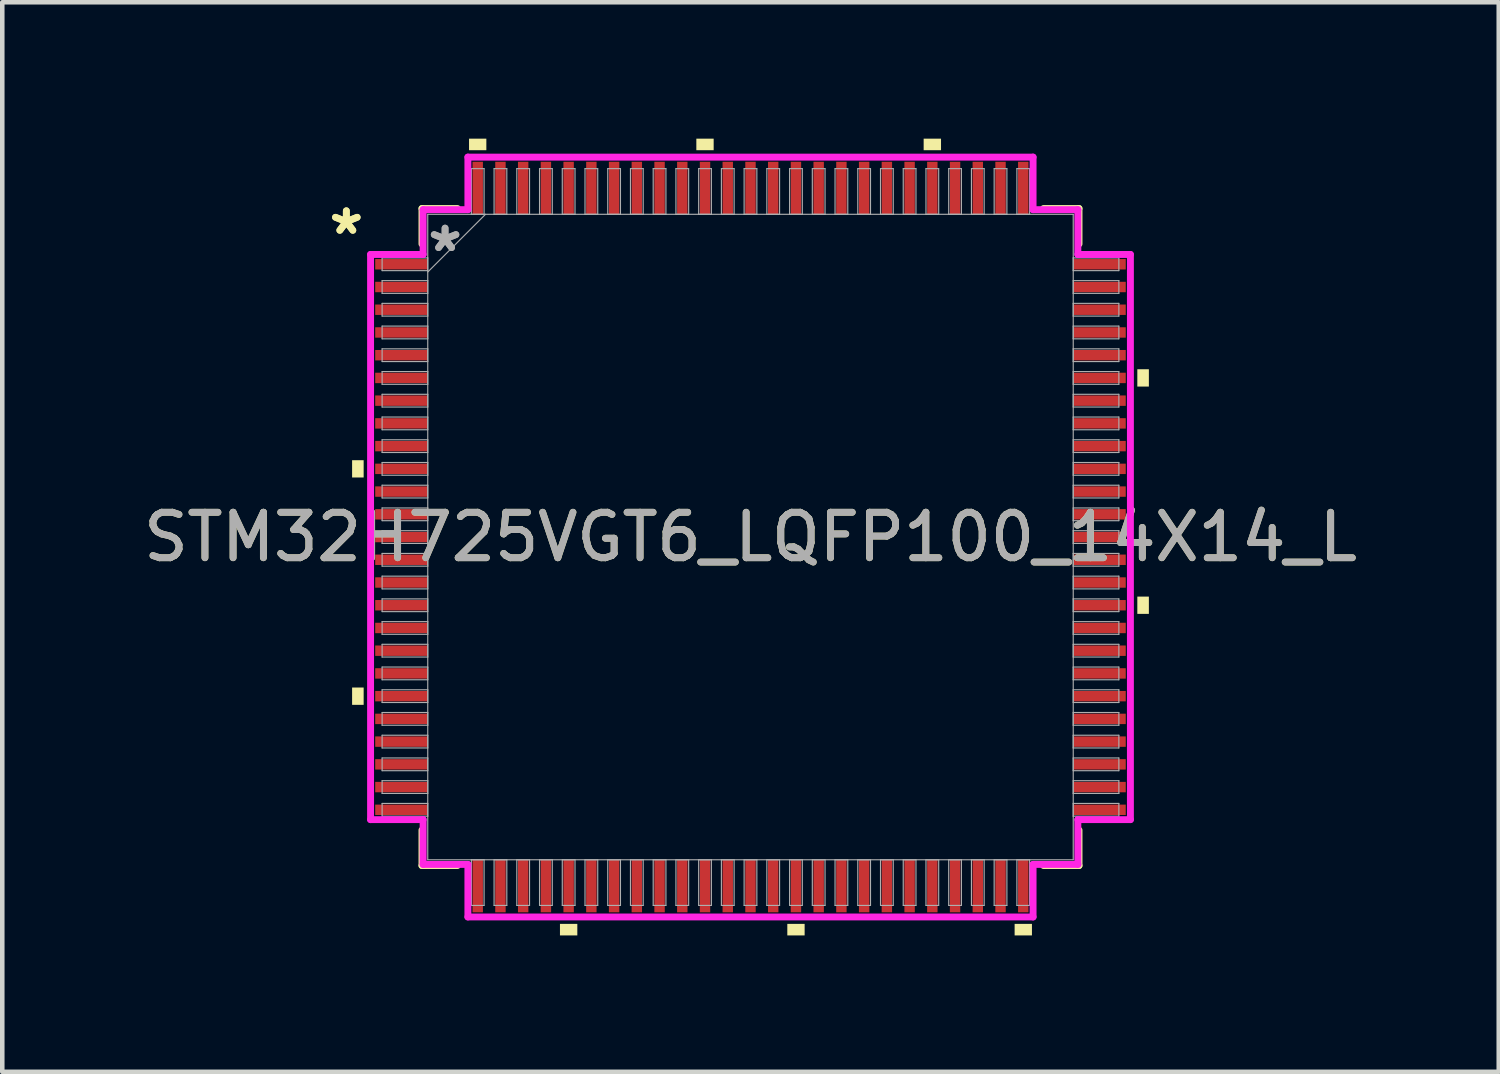
<source format=kicad_pcb>
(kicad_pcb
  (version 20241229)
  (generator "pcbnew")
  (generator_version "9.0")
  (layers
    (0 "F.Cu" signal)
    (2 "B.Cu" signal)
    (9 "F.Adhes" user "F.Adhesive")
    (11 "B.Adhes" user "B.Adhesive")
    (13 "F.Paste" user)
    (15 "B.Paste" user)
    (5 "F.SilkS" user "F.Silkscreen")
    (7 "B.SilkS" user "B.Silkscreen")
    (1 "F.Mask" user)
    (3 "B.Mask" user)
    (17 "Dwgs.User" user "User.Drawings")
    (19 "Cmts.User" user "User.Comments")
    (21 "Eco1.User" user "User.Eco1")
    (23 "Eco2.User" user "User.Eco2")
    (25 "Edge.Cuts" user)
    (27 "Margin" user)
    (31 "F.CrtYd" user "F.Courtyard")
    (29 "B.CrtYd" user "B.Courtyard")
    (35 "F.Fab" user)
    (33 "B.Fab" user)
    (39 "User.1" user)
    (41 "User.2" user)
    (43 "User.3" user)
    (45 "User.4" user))
  (footprint "STM32H725VGT6_LQFP100_14X14_L"
    (layer "F.Cu")
    (at 13.458 8.763)
    (property "Reference" "STM32H725VGT6_LQFP100_14X14_L" (at 0 0 0) (unlocked yes) (layer "F.SilkS") (effects (font (size 1 1) (thickness 0.15))))
    (attr smd)
    (fp_line (start -7.226 -7.226) (end -7.226 -6.447) (stroke (width 0.152) (type solid)) (layer "F.SilkS"))
    (fp_line (start -7.226 6.447) (end -7.226 7.226) (stroke (width 0.152) (type solid)) (layer "F.SilkS"))
    (fp_line (start -7.226 7.226) (end -6.447 7.226) (stroke (width 0.152) (type solid)) (layer "F.SilkS"))
    (fp_line (start -6.447 -7.226) (end -7.226 -7.226) (stroke (width 0.152) (type solid)) (layer "F.SilkS"))
    (fp_line (start 6.447 7.226) (end 7.226 7.226) (stroke (width 0.152) (type solid)) (layer "F.SilkS"))
    (fp_line (start 7.226 -7.226) (end 6.447 -7.226) (stroke (width 0.152) (type solid)) (layer "F.SilkS"))
    (fp_line (start 7.226 -6.447) (end 7.226 -7.226) (stroke (width 0.152) (type solid)) (layer "F.SilkS"))
    (fp_line (start 7.226 7.226) (end 7.226 6.447) (stroke (width 0.152) (type solid)) (layer "F.SilkS"))
    (fp_poly (pts (xy -8.763 -1.69) (xy -8.763 -1.31) (xy -8.509 -1.31) (xy -8.509 -1.69)) (stroke (width 0) (type solid)) (fill yes) (layer "F.SilkS"))
    (fp_poly (pts (xy -8.763 3.31) (xy -8.763 3.691) (xy -8.509 3.691) (xy -8.509 3.31)) (stroke (width 0) (type solid)) (fill yes) (layer "F.SilkS"))
    (fp_poly (pts (xy -6.191 -8.509) (xy -6.191 -8.763) (xy -5.81 -8.763) (xy -5.81 -8.509)) (stroke (width 0) (type solid)) (fill yes) (layer "F.SilkS"))
    (fp_poly (pts (xy -4.191 8.509) (xy -4.191 8.763) (xy -3.809 8.763) (xy -3.809 8.509)) (stroke (width 0) (type solid)) (fill yes) (layer "F.SilkS"))
    (fp_poly (pts (xy -1.191 -8.509) (xy -1.191 -8.763) (xy -0.81 -8.763) (xy -0.81 -8.509)) (stroke (width 0) (type solid)) (fill yes) (layer "F.SilkS"))
    (fp_poly (pts (xy 0.81 8.509) (xy 0.81 8.763) (xy 1.191 8.763) (xy 1.191 8.509)) (stroke (width 0) (type solid)) (fill yes) (layer "F.SilkS"))
    (fp_poly (pts (xy 3.809 -8.509) (xy 3.809 -8.763) (xy 4.191 -8.763) (xy 4.191 -8.509)) (stroke (width 0) (type solid)) (fill yes) (layer "F.SilkS"))
    (fp_poly (pts (xy 5.81 8.509) (xy 5.81 8.763) (xy 6.191 8.763) (xy 6.191 8.509)) (stroke (width 0) (type solid)) (fill yes) (layer "F.SilkS"))
    (fp_poly (pts (xy 8.763 -3.691) (xy 8.763 -3.31) (xy 8.509 -3.31) (xy 8.509 -3.691)) (stroke (width 0) (type solid)) (fill yes) (layer "F.SilkS"))
    (fp_poly (pts (xy 8.763 1.31) (xy 8.763 1.69) (xy 8.509 1.69) (xy 8.509 1.31)) (stroke (width 0) (type solid)) (fill yes) (layer "F.SilkS"))
    (fp_line (start -8.357 -6.216) (end -7.201 -6.216) (stroke (width 0.152) (type solid)) (layer "F.CrtYd"))
    (fp_line (start -8.357 6.216) (end -8.357 -6.216) (stroke (width 0.152) (type solid)) (layer "F.CrtYd"))
    (fp_line (start -7.201 -7.201) (end -6.216 -7.201) (stroke (width 0.152) (type solid)) (layer "F.CrtYd"))
    (fp_line (start -7.201 -6.216) (end -7.201 -7.201) (stroke (width 0.152) (type solid)) (layer "F.CrtYd"))
    (fp_line (start -7.201 6.216) (end -8.357 6.216) (stroke (width 0.152) (type solid)) (layer "F.CrtYd"))
    (fp_line (start -7.201 7.201) (end -7.201 6.216) (stroke (width 0.152) (type solid)) (layer "F.CrtYd"))
    (fp_line (start -7.201 7.201) (end -6.216 7.201) (stroke (width 0.152) (type solid)) (layer "F.CrtYd"))
    (fp_line (start -6.216 -8.357) (end 6.216 -8.357) (stroke (width 0.152) (type solid)) (layer "F.CrtYd"))
    (fp_line (start -6.216 -7.201) (end -6.216 -8.357) (stroke (width 0.152) (type solid)) (layer "F.CrtYd"))
    (fp_line (start -6.216 7.201) (end -6.216 8.357) (stroke (width 0.152) (type solid)) (layer "F.CrtYd"))
    (fp_line (start -6.216 8.357) (end 6.216 8.357) (stroke (width 0.152) (type solid)) (layer "F.CrtYd"))
    (fp_line (start 6.216 -8.357) (end 6.216 -7.201) (stroke (width 0.152) (type solid)) (layer "F.CrtYd"))
    (fp_line (start 6.216 -7.201) (end 7.201 -7.201) (stroke (width 0.152) (type solid)) (layer "F.CrtYd"))
    (fp_line (start 6.216 7.201) (end 7.201 7.201) (stroke (width 0.152) (type solid)) (layer "F.CrtYd"))
    (fp_line (start 6.216 8.357) (end 6.216 7.201) (stroke (width 0.152) (type solid)) (layer "F.CrtYd"))
    (fp_line (start 7.201 -6.216) (end 7.201 -7.201) (stroke (width 0.152) (type solid)) (layer "F.CrtYd"))
    (fp_line (start 7.201 6.216) (end 8.357 6.216) (stroke (width 0.152) (type solid)) (layer "F.CrtYd"))
    (fp_line (start 7.201 7.201) (end 7.201 6.216) (stroke (width 0.152) (type solid)) (layer "F.CrtYd"))
    (fp_line (start 8.357 -6.216) (end 7.201 -6.216) (stroke (width 0.152) (type solid)) (layer "F.CrtYd"))
    (fp_line (start 8.357 6.216) (end 8.357 -6.216) (stroke (width 0.152) (type solid)) (layer "F.CrtYd"))
    (fp_line (start -8.103 -6.14) (end -8.103 -5.86) (stroke (width 0.025) (type solid)) (layer "F.Fab"))
    (fp_line (start -8.103 -5.86) (end -7.099 -5.86) (stroke (width 0.025) (type solid)) (layer "F.Fab"))
    (fp_line (start -8.103 -5.64) (end -8.103 -5.36) (stroke (width 0.025) (type solid)) (layer "F.Fab"))
    (fp_line (start -8.103 -5.36) (end -7.099 -5.36) (stroke (width 0.025) (type solid)) (layer "F.Fab"))
    (fp_line (start -8.103 -5.14) (end -8.103 -4.86) (stroke (width 0.025) (type solid)) (layer "F.Fab"))
    (fp_line (start -8.103 -4.86) (end -7.099 -4.86) (stroke (width 0.025) (type solid)) (layer "F.Fab"))
    (fp_line (start -8.103 -4.64) (end -8.103 -4.36) (stroke (width 0.025) (type solid)) (layer "F.Fab"))
    (fp_line (start -8.103 -4.36) (end -7.099 -4.36) (stroke (width 0.025) (type solid)) (layer "F.Fab"))
    (fp_line (start -8.103 -4.14) (end -8.103 -3.86) (stroke (width 0.025) (type solid)) (layer "F.Fab"))
    (fp_line (start -8.103 -3.86) (end -7.099 -3.86) (stroke (width 0.025) (type solid)) (layer "F.Fab"))
    (fp_line (start -8.103 -3.64) (end -8.103 -3.36) (stroke (width 0.025) (type solid)) (layer "F.Fab"))
    (fp_line (start -8.103 -3.36) (end -7.099 -3.36) (stroke (width 0.025) (type solid)) (layer "F.Fab"))
    (fp_line (start -8.103 -3.14) (end -8.103 -2.86) (stroke (width 0.025) (type solid)) (layer "F.Fab"))
    (fp_line (start -8.103 -2.86) (end -7.099 -2.86) (stroke (width 0.025) (type solid)) (layer "F.Fab"))
    (fp_line (start -8.103 -2.64) (end -8.103 -2.36) (stroke (width 0.025) (type solid)) (layer "F.Fab"))
    (fp_line (start -8.103 -2.36) (end -7.099 -2.36) (stroke (width 0.025) (type solid)) (layer "F.Fab"))
    (fp_line (start -8.103 -2.14) (end -8.103 -1.86) (stroke (width 0.025) (type solid)) (layer "F.Fab"))
    (fp_line (start -8.103 -1.86) (end -7.099 -1.86) (stroke (width 0.025) (type solid)) (layer "F.Fab"))
    (fp_line (start -8.103 -1.64) (end -8.103 -1.36) (stroke (width 0.025) (type solid)) (layer "F.Fab"))
    (fp_line (start -8.103 -1.36) (end -7.099 -1.36) (stroke (width 0.025) (type solid)) (layer "F.Fab"))
    (fp_line (start -8.103 -1.14) (end -8.103 -0.86) (stroke (width 0.025) (type solid)) (layer "F.Fab"))
    (fp_line (start -8.103 -0.86) (end -7.099 -0.86) (stroke (width 0.025) (type solid)) (layer "F.Fab"))
    (fp_line (start -8.103 -0.64) (end -8.103 -0.36) (stroke (width 0.025) (type solid)) (layer "F.Fab"))
    (fp_line (start -8.103 -0.36) (end -7.099 -0.36) (stroke (width 0.025) (type solid)) (layer "F.Fab"))
    (fp_line (start -8.103 -0.14) (end -8.103 0.14) (stroke (width 0.025) (type solid)) (layer "F.Fab"))
    (fp_line (start -8.103 0.14) (end -7.099 0.14) (stroke (width 0.025) (type solid)) (layer "F.Fab"))
    (fp_line (start -8.103 0.36) (end -8.103 0.64) (stroke (width 0.025) (type solid)) (layer "F.Fab"))
    (fp_line (start -8.103 0.64) (end -7.099 0.64) (stroke (width 0.025) (type solid)) (layer "F.Fab"))
    (fp_line (start -8.103 0.86) (end -8.103 1.14) (stroke (width 0.025) (type solid)) (layer "F.Fab"))
    (fp_line (start -8.103 1.14) (end -7.099 1.14) (stroke (width 0.025) (type solid)) (layer "F.Fab"))
    (fp_line (start -8.103 1.36) (end -8.103 1.64) (stroke (width 0.025) (type solid)) (layer "F.Fab"))
    (fp_line (start -8.103 1.64) (end -7.099 1.64) (stroke (width 0.025) (type solid)) (layer "F.Fab"))
    (fp_line (start -8.103 1.86) (end -8.103 2.14) (stroke (width 0.025) (type solid)) (layer "F.Fab"))
    (fp_line (start -8.103 2.14) (end -7.099 2.14) (stroke (width 0.025) (type solid)) (layer "F.Fab"))
    (fp_line (start -8.103 2.36) (end -8.103 2.64) (stroke (width 0.025) (type solid)) (layer "F.Fab"))
    (fp_line (start -8.103 2.64) (end -7.099 2.64) (stroke (width 0.025) (type solid)) (layer "F.Fab"))
    (fp_line (start -8.103 2.86) (end -8.103 3.14) (stroke (width 0.025) (type solid)) (layer "F.Fab"))
    (fp_line (start -8.103 3.14) (end -7.099 3.14) (stroke (width 0.025) (type solid)) (layer "F.Fab"))
    (fp_line (start -8.103 3.36) (end -8.103 3.64) (stroke (width 0.025) (type solid)) (layer "F.Fab"))
    (fp_line (start -8.103 3.64) (end -7.099 3.64) (stroke (width 0.025) (type solid)) (layer "F.Fab"))
    (fp_line (start -8.103 3.86) (end -8.103 4.14) (stroke (width 0.025) (type solid)) (layer "F.Fab"))
    (fp_line (start -8.103 4.14) (end -7.099 4.14) (stroke (width 0.025) (type solid)) (layer "F.Fab"))
    (fp_line (start -8.103 4.36) (end -8.103 4.64) (stroke (width 0.025) (type solid)) (layer "F.Fab"))
    (fp_line (start -8.103 4.64) (end -7.099 4.64) (stroke (width 0.025) (type solid)) (layer "F.Fab"))
    (fp_line (start -8.103 4.86) (end -8.103 5.14) (stroke (width 0.025) (type solid)) (layer "F.Fab"))
    (fp_line (start -8.103 5.14) (end -7.099 5.14) (stroke (width 0.025) (type solid)) (layer "F.Fab"))
    (fp_line (start -8.103 5.36) (end -8.103 5.64) (stroke (width 0.025) (type solid)) (layer "F.Fab"))
    (fp_line (start -8.103 5.64) (end -7.099 5.64) (stroke (width 0.025) (type solid)) (layer "F.Fab"))
    (fp_line (start -8.103 5.86) (end -8.103 6.14) (stroke (width 0.025) (type solid)) (layer "F.Fab"))
    (fp_line (start -8.103 6.14) (end -7.099 6.14) (stroke (width 0.025) (type solid)) (layer "F.Fab"))
    (fp_line (start -7.099 -7.099) (end -7.099 7.099) (stroke (width 0.025) (type solid)) (layer "F.Fab"))
    (fp_line (start -7.099 -6.14) (end -8.103 -6.14) (stroke (width 0.025) (type solid)) (layer "F.Fab"))
    (fp_line (start -7.099 -5.86) (end -7.099 -6.14) (stroke (width 0.025) (type solid)) (layer "F.Fab"))
    (fp_line (start -7.099 -5.829) (end -5.829 -7.099) (stroke (width 0.025) (type solid)) (layer "F.Fab"))
    (fp_line (start -7.099 -5.64) (end -8.103 -5.64) (stroke (width 0.025) (type solid)) (layer "F.Fab"))
    (fp_line (start -7.099 -5.36) (end -7.099 -5.64) (stroke (width 0.025) (type solid)) (layer "F.Fab"))
    (fp_line (start -7.099 -5.14) (end -8.103 -5.14) (stroke (width 0.025) (type solid)) (layer "F.Fab"))
    (fp_line (start -7.099 -4.86) (end -7.099 -5.14) (stroke (width 0.025) (type solid)) (layer "F.Fab"))
    (fp_line (start -7.099 -4.64) (end -8.103 -4.64) (stroke (width 0.025) (type solid)) (layer "F.Fab"))
    (fp_line (start -7.099 -4.36) (end -7.099 -4.64) (stroke (width 0.025) (type solid)) (layer "F.Fab"))
    (fp_line (start -7.099 -4.14) (end -8.103 -4.14) (stroke (width 0.025) (type solid)) (layer "F.Fab"))
    (fp_line (start -7.099 -3.86) (end -7.099 -4.14) (stroke (width 0.025) (type solid)) (layer "F.Fab"))
    (fp_line (start -7.099 -3.64) (end -8.103 -3.64) (stroke (width 0.025) (type solid)) (layer "F.Fab"))
    (fp_line (start -7.099 -3.36) (end -7.099 -3.64) (stroke (width 0.025) (type solid)) (layer "F.Fab"))
    (fp_line (start -7.099 -3.14) (end -8.103 -3.14) (stroke (width 0.025) (type solid)) (layer "F.Fab"))
    (fp_line (start -7.099 -2.86) (end -7.099 -3.14) (stroke (width 0.025) (type solid)) (layer "F.Fab"))
    (fp_line (start -7.099 -2.64) (end -8.103 -2.64) (stroke (width 0.025) (type solid)) (layer "F.Fab"))
    (fp_line (start -7.099 -2.36) (end -7.099 -2.64) (stroke (width 0.025) (type solid)) (layer "F.Fab"))
    (fp_line (start -7.099 -2.14) (end -8.103 -2.14) (stroke (width 0.025) (type solid)) (layer "F.Fab"))
    (fp_line (start -7.099 -1.86) (end -7.099 -2.14) (stroke (width 0.025) (type solid)) (layer "F.Fab"))
    (fp_line (start -7.099 -1.64) (end -8.103 -1.64) (stroke (width 0.025) (type solid)) (layer "F.Fab"))
    (fp_line (start -7.099 -1.36) (end -7.099 -1.64) (stroke (width 0.025) (type solid)) (layer "F.Fab"))
    (fp_line (start -7.099 -1.14) (end -8.103 -1.14) (stroke (width 0.025) (type solid)) (layer "F.Fab"))
    (fp_line (start -7.099 -0.86) (end -7.099 -1.14) (stroke (width 0.025) (type solid)) (layer "F.Fab"))
    (fp_line (start -7.099 -0.64) (end -8.103 -0.64) (stroke (width 0.025) (type solid)) (layer "F.Fab"))
    (fp_line (start -7.099 -0.36) (end -7.099 -0.64) (stroke (width 0.025) (type solid)) (layer "F.Fab"))
    (fp_line (start -7.099 -0.14) (end -8.103 -0.14) (stroke (width 0.025) (type solid)) (layer "F.Fab"))
    (fp_line (start -7.099 0.14) (end -7.099 -0.14) (stroke (width 0.025) (type solid)) (layer "F.Fab"))
    (fp_line (start -7.099 0.36) (end -8.103 0.36) (stroke (width 0.025) (type solid)) (layer "F.Fab"))
    (fp_line (start -7.099 0.64) (end -7.099 0.36) (stroke (width 0.025) (type solid)) (layer "F.Fab"))
    (fp_line (start -7.099 0.86) (end -8.103 0.86) (stroke (width 0.025) (type solid)) (layer "F.Fab"))
    (fp_line (start -7.099 1.14) (end -7.099 0.86) (stroke (width 0.025) (type solid)) (layer "F.Fab"))
    (fp_line (start -7.099 1.36) (end -8.103 1.36) (stroke (width 0.025) (type solid)) (layer "F.Fab"))
    (fp_line (start -7.099 1.64) (end -7.099 1.36) (stroke (width 0.025) (type solid)) (layer "F.Fab"))
    (fp_line (start -7.099 1.86) (end -8.103 1.86) (stroke (width 0.025) (type solid)) (layer "F.Fab"))
    (fp_line (start -7.099 2.14) (end -7.099 1.86) (stroke (width 0.025) (type solid)) (layer "F.Fab"))
    (fp_line (start -7.099 2.36) (end -8.103 2.36) (stroke (width 0.025) (type solid)) (layer "F.Fab"))
    (fp_line (start -7.099 2.64) (end -7.099 2.36) (stroke (width 0.025) (type solid)) (layer "F.Fab"))
    (fp_line (start -7.099 2.86) (end -8.103 2.86) (stroke (width 0.025) (type solid)) (layer "F.Fab"))
    (fp_line (start -7.099 3.14) (end -7.099 2.86) (stroke (width 0.025) (type solid)) (layer "F.Fab"))
    (fp_line (start -7.099 3.36) (end -8.103 3.36) (stroke (width 0.025) (type solid)) (layer "F.Fab"))
    (fp_line (start -7.099 3.64) (end -7.099 3.36) (stroke (width 0.025) (type solid)) (layer "F.Fab"))
    (fp_line (start -7.099 3.86) (end -8.103 3.86) (stroke (width 0.025) (type solid)) (layer "F.Fab"))
    (fp_line (start -7.099 4.14) (end -7.099 3.86) (stroke (width 0.025) (type solid)) (layer "F.Fab"))
    (fp_line (start -7.099 4.36) (end -8.103 4.36) (stroke (width 0.025) (type solid)) (layer "F.Fab"))
    (fp_line (start -7.099 4.64) (end -7.099 4.36) (stroke (width 0.025) (type solid)) (layer "F.Fab"))
    (fp_line (start -7.099 4.86) (end -8.103 4.86) (stroke (width 0.025) (type solid)) (layer "F.Fab"))
    (fp_line (start -7.099 5.14) (end -7.099 4.86) (stroke (width 0.025) (type solid)) (layer "F.Fab"))
    (fp_line (start -7.099 5.36) (end -8.103 5.36) (stroke (width 0.025) (type solid)) (layer "F.Fab"))
    (fp_line (start -7.099 5.64) (end -7.099 5.36) (stroke (width 0.025) (type solid)) (layer "F.Fab"))
    (fp_line (start -7.099 5.86) (end -8.103 5.86) (stroke (width 0.025) (type solid)) (layer "F.Fab"))
    (fp_line (start -7.099 6.14) (end -7.099 5.86) (stroke (width 0.025) (type solid)) (layer "F.Fab"))
    (fp_line (start -7.099 7.099) (end 7.099 7.099) (stroke (width 0.025) (type solid)) (layer "F.Fab"))
    (fp_line (start -6.14 -8.103) (end -6.14 -7.099) (stroke (width 0.025) (type solid)) (layer "F.Fab"))
    (fp_line (start -6.14 -7.099) (end -5.86 -7.099) (stroke (width 0.025) (type solid)) (layer "F.Fab"))
    (fp_line (start -6.14 7.099) (end -6.14 8.103) (stroke (width 0.025) (type solid)) (layer "F.Fab"))
    (fp_line (start -6.14 8.103) (end -5.86 8.103) (stroke (width 0.025) (type solid)) (layer "F.Fab"))
    (fp_line (start -5.86 -8.103) (end -6.14 -8.103) (stroke (width 0.025) (type solid)) (layer "F.Fab"))
    (fp_line (start -5.86 -7.099) (end -5.86 -8.103) (stroke (width 0.025) (type solid)) (layer "F.Fab"))
    (fp_line (start -5.86 7.099) (end -6.14 7.099) (stroke (width 0.025) (type solid)) (layer "F.Fab"))
    (fp_line (start -5.86 8.103) (end -5.86 7.099) (stroke (width 0.025) (type solid)) (layer "F.Fab"))
    (fp_line (start -5.64 -8.103) (end -5.64 -7.099) (stroke (width 0.025) (type solid)) (layer "F.Fab"))
    (fp_line (start -5.64 -7.099) (end -5.36 -7.099) (stroke (width 0.025) (type solid)) (layer "F.Fab"))
    (fp_line (start -5.64 7.099) (end -5.64 8.103) (stroke (width 0.025) (type solid)) (layer "F.Fab"))
    (fp_line (start -5.64 8.103) (end -5.36 8.103) (stroke (width 0.025) (type solid)) (layer "F.Fab"))
    (fp_line (start -5.36 -8.103) (end -5.64 -8.103) (stroke (width 0.025) (type solid)) (layer "F.Fab"))
    (fp_line (start -5.36 -7.099) (end -5.36 -8.103) (stroke (width 0.025) (type solid)) (layer "F.Fab"))
    (fp_line (start -5.36 7.099) (end -5.64 7.099) (stroke (width 0.025) (type solid)) (layer "F.Fab"))
    (fp_line (start -5.36 8.103) (end -5.36 7.099) (stroke (width 0.025) (type solid)) (layer "F.Fab"))
    (fp_line (start -5.14 -8.103) (end -5.14 -7.099) (stroke (width 0.025) (type solid)) (layer "F.Fab"))
    (fp_line (start -5.14 -7.099) (end -4.86 -7.099) (stroke (width 0.025) (type solid)) (layer "F.Fab"))
    (fp_line (start -5.14 7.099) (end -5.14 8.103) (stroke (width 0.025) (type solid)) (layer "F.Fab"))
    (fp_line (start -5.14 8.103) (end -4.86 8.103) (stroke (width 0.025) (type solid)) (layer "F.Fab"))
    (fp_line (start -4.86 -8.103) (end -5.14 -8.103) (stroke (width 0.025) (type solid)) (layer "F.Fab"))
    (fp_line (start -4.86 -7.099) (end -4.86 -8.103) (stroke (width 0.025) (type solid)) (layer "F.Fab"))
    (fp_line (start -4.86 7.099) (end -5.14 7.099) (stroke (width 0.025) (type solid)) (layer "F.Fab"))
    (fp_line (start -4.86 8.103) (end -4.86 7.099) (stroke (width 0.025) (type solid)) (layer "F.Fab"))
    (fp_line (start -4.64 -8.103) (end -4.64 -7.099) (stroke (width 0.025) (type solid)) (layer "F.Fab"))
    (fp_line (start -4.64 -7.099) (end -4.36 -7.099) (stroke (width 0.025) (type solid)) (layer "F.Fab"))
    (fp_line (start -4.64 7.099) (end -4.64 8.103) (stroke (width 0.025) (type solid)) (layer "F.Fab"))
    (fp_line (start -4.64 8.103) (end -4.36 8.103) (stroke (width 0.025) (type solid)) (layer "F.Fab"))
    (fp_line (start -4.36 -8.103) (end -4.64 -8.103) (stroke (width 0.025) (type solid)) (layer "F.Fab"))
    (fp_line (start -4.36 -7.099) (end -4.36 -8.103) (stroke (width 0.025) (type solid)) (layer "F.Fab"))
    (fp_line (start -4.36 7.099) (end -4.64 7.099) (stroke (width 0.025) (type solid)) (layer "F.Fab"))
    (fp_line (start -4.36 8.103) (end -4.36 7.099) (stroke (width 0.025) (type solid)) (layer "F.Fab"))
    (fp_line (start -4.14 -8.103) (end -4.14 -7.099) (stroke (width 0.025) (type solid)) (layer "F.Fab"))
    (fp_line (start -4.14 -7.099) (end -3.86 -7.099) (stroke (width 0.025) (type solid)) (layer "F.Fab"))
    (fp_line (start -4.14 7.099) (end -4.14 8.103) (stroke (width 0.025) (type solid)) (layer "F.Fab"))
    (fp_line (start -4.14 8.103) (end -3.86 8.103) (stroke (width 0.025) (type solid)) (layer "F.Fab"))
    (fp_line (start -3.86 -8.103) (end -4.14 -8.103) (stroke (width 0.025) (type solid)) (layer "F.Fab"))
    (fp_line (start -3.86 -7.099) (end -3.86 -8.103) (stroke (width 0.025) (type solid)) (layer "F.Fab"))
    (fp_line (start -3.86 7.099) (end -4.14 7.099) (stroke (width 0.025) (type solid)) (layer "F.Fab"))
    (fp_line (start -3.86 8.103) (end -3.86 7.099) (stroke (width 0.025) (type solid)) (layer "F.Fab"))
    (fp_line (start -3.64 -8.103) (end -3.64 -7.099) (stroke (width 0.025) (type solid)) (layer "F.Fab"))
    (fp_line (start -3.64 -7.099) (end -3.36 -7.099) (stroke (width 0.025) (type solid)) (layer "F.Fab"))
    (fp_line (start -3.64 7.099) (end -3.64 8.103) (stroke (width 0.025) (type solid)) (layer "F.Fab"))
    (fp_line (start -3.64 8.103) (end -3.36 8.103) (stroke (width 0.025) (type solid)) (layer "F.Fab"))
    (fp_line (start -3.36 -8.103) (end -3.64 -8.103) (stroke (width 0.025) (type solid)) (layer "F.Fab"))
    (fp_line (start -3.36 -7.099) (end -3.36 -8.103) (stroke (width 0.025) (type solid)) (layer "F.Fab"))
    (fp_line (start -3.36 7.099) (end -3.64 7.099) (stroke (width 0.025) (type solid)) (layer "F.Fab"))
    (fp_line (start -3.36 8.103) (end -3.36 7.099) (stroke (width 0.025) (type solid)) (layer "F.Fab"))
    (fp_line (start -3.14 -8.103) (end -3.14 -7.099) (stroke (width 0.025) (type solid)) (layer "F.Fab"))
    (fp_line (start -3.14 -7.099) (end -2.86 -7.099) (stroke (width 0.025) (type solid)) (layer "F.Fab"))
    (fp_line (start -3.14 7.099) (end -3.14 8.103) (stroke (width 0.025) (type solid)) (layer "F.Fab"))
    (fp_line (start -3.14 8.103) (end -2.86 8.103) (stroke (width 0.025) (type solid)) (layer "F.Fab"))
    (fp_line (start -2.86 -8.103) (end -3.14 -8.103) (stroke (width 0.025) (type solid)) (layer "F.Fab"))
    (fp_line (start -2.86 -7.099) (end -2.86 -8.103) (stroke (width 0.025) (type solid)) (layer "F.Fab"))
    (fp_line (start -2.86 7.099) (end -3.14 7.099) (stroke (width 0.025) (type solid)) (layer "F.Fab"))
    (fp_line (start -2.86 8.103) (end -2.86 7.099) (stroke (width 0.025) (type solid)) (layer "F.Fab"))
    (fp_line (start -2.64 -8.103) (end -2.64 -7.099) (stroke (width 0.025) (type solid)) (layer "F.Fab"))
    (fp_line (start -2.64 -7.099) (end -2.36 -7.099) (stroke (width 0.025) (type solid)) (layer "F.Fab"))
    (fp_line (start -2.64 7.099) (end -2.64 8.103) (stroke (width 0.025) (type solid)) (layer "F.Fab"))
    (fp_line (start -2.64 8.103) (end -2.36 8.103) (stroke (width 0.025) (type solid)) (layer "F.Fab"))
    (fp_line (start -2.36 -8.103) (end -2.64 -8.103) (stroke (width 0.025) (type solid)) (layer "F.Fab"))
    (fp_line (start -2.36 -7.099) (end -2.36 -8.103) (stroke (width 0.025) (type solid)) (layer "F.Fab"))
    (fp_line (start -2.36 7.099) (end -2.64 7.099) (stroke (width 0.025) (type solid)) (layer "F.Fab"))
    (fp_line (start -2.36 8.103) (end -2.36 7.099) (stroke (width 0.025) (type solid)) (layer "F.Fab"))
    (fp_line (start -2.14 -8.103) (end -2.14 -7.099) (stroke (width 0.025) (type solid)) (layer "F.Fab"))
    (fp_line (start -2.14 -7.099) (end -1.86 -7.099) (stroke (width 0.025) (type solid)) (layer "F.Fab"))
    (fp_line (start -2.14 7.099) (end -2.14 8.103) (stroke (width 0.025) (type solid)) (layer "F.Fab"))
    (fp_line (start -2.14 8.103) (end -1.86 8.103) (stroke (width 0.025) (type solid)) (layer "F.Fab"))
    (fp_line (start -1.86 -8.103) (end -2.14 -8.103) (stroke (width 0.025) (type solid)) (layer "F.Fab"))
    (fp_line (start -1.86 -7.099) (end -1.86 -8.103) (stroke (width 0.025) (type solid)) (layer "F.Fab"))
    (fp_line (start -1.86 7.099) (end -2.14 7.099) (stroke (width 0.025) (type solid)) (layer "F.Fab"))
    (fp_line (start -1.86 8.103) (end -1.86 7.099) (stroke (width 0.025) (type solid)) (layer "F.Fab"))
    (fp_line (start -1.64 -8.103) (end -1.64 -7.099) (stroke (width 0.025) (type solid)) (layer "F.Fab"))
    (fp_line (start -1.64 -7.099) (end -1.36 -7.099) (stroke (width 0.025) (type solid)) (layer "F.Fab"))
    (fp_line (start -1.64 7.099) (end -1.64 8.103) (stroke (width 0.025) (type solid)) (layer "F.Fab"))
    (fp_line (start -1.64 8.103) (end -1.36 8.103) (stroke (width 0.025) (type solid)) (layer "F.Fab"))
    (fp_line (start -1.36 -8.103) (end -1.64 -8.103) (stroke (width 0.025) (type solid)) (layer "F.Fab"))
    (fp_line (start -1.36 -7.099) (end -1.36 -8.103) (stroke (width 0.025) (type solid)) (layer "F.Fab"))
    (fp_line (start -1.36 7.099) (end -1.64 7.099) (stroke (width 0.025) (type solid)) (layer "F.Fab"))
    (fp_line (start -1.36 8.103) (end -1.36 7.099) (stroke (width 0.025) (type solid)) (layer "F.Fab"))
    (fp_line (start -1.14 -8.103) (end -1.14 -7.099) (stroke (width 0.025) (type solid)) (layer "F.Fab"))
    (fp_line (start -1.14 -7.099) (end -0.86 -7.099) (stroke (width 0.025) (type solid)) (layer "F.Fab"))
    (fp_line (start -1.14 7.099) (end -1.14 8.103) (stroke (width 0.025) (type solid)) (layer "F.Fab"))
    (fp_line (start -1.14 8.103) (end -0.86 8.103) (stroke (width 0.025) (type solid)) (layer "F.Fab"))
    (fp_line (start -0.86 -8.103) (end -1.14 -8.103) (stroke (width 0.025) (type solid)) (layer "F.Fab"))
    (fp_line (start -0.86 -7.099) (end -0.86 -8.103) (stroke (width 0.025) (type solid)) (layer "F.Fab"))
    (fp_line (start -0.86 7.099) (end -1.14 7.099) (stroke (width 0.025) (type solid)) (layer "F.Fab"))
    (fp_line (start -0.86 8.103) (end -0.86 7.099) (stroke (width 0.025) (type solid)) (layer "F.Fab"))
    (fp_line (start -0.64 -8.103) (end -0.64 -7.099) (stroke (width 0.025) (type solid)) (layer "F.Fab"))
    (fp_line (start -0.64 -7.099) (end -0.36 -7.099) (stroke (width 0.025) (type solid)) (layer "F.Fab"))
    (fp_line (start -0.64 7.099) (end -0.64 8.103) (stroke (width 0.025) (type solid)) (layer "F.Fab"))
    (fp_line (start -0.64 8.103) (end -0.36 8.103) (stroke (width 0.025) (type solid)) (layer "F.Fab"))
    (fp_line (start -0.36 -8.103) (end -0.64 -8.103) (stroke (width 0.025) (type solid)) (layer "F.Fab"))
    (fp_line (start -0.36 -7.099) (end -0.36 -8.103) (stroke (width 0.025) (type solid)) (layer "F.Fab"))
    (fp_line (start -0.36 7.099) (end -0.64 7.099) (stroke (width 0.025) (type solid)) (layer "F.Fab"))
    (fp_line (start -0.36 8.103) (end -0.36 7.099) (stroke (width 0.025) (type solid)) (layer "F.Fab"))
    (fp_line (start -0.14 -8.103) (end -0.14 -7.099) (stroke (width 0.025) (type solid)) (layer "F.Fab"))
    (fp_line (start -0.14 -7.099) (end 0.14 -7.099) (stroke (width 0.025) (type solid)) (layer "F.Fab"))
    (fp_line (start -0.14 7.099) (end -0.14 8.103) (stroke (width 0.025) (type solid)) (layer "F.Fab"))
    (fp_line (start -0.14 8.103) (end 0.14 8.103) (stroke (width 0.025) (type solid)) (layer "F.Fab"))
    (fp_line (start 0.14 -8.103) (end -0.14 -8.103) (stroke (width 0.025) (type solid)) (layer "F.Fab"))
    (fp_line (start 0.14 -7.099) (end 0.14 -8.103) (stroke (width 0.025) (type solid)) (layer "F.Fab"))
    (fp_line (start 0.14 7.099) (end -0.14 7.099) (stroke (width 0.025) (type solid)) (layer "F.Fab"))
    (fp_line (start 0.14 8.103) (end 0.14 7.099) (stroke (width 0.025) (type solid)) (layer "F.Fab"))
    (fp_line (start 0.36 -8.103) (end 0.36 -7.099) (stroke (width 0.025) (type solid)) (layer "F.Fab"))
    (fp_line (start 0.36 -7.099) (end 0.64 -7.099) (stroke (width 0.025) (type solid)) (layer "F.Fab"))
    (fp_line (start 0.36 7.099) (end 0.36 8.103) (stroke (width 0.025) (type solid)) (layer "F.Fab"))
    (fp_line (start 0.36 8.103) (end 0.64 8.103) (stroke (width 0.025) (type solid)) (layer "F.Fab"))
    (fp_line (start 0.64 -8.103) (end 0.36 -8.103) (stroke (width 0.025) (type solid)) (layer "F.Fab"))
    (fp_line (start 0.64 -7.099) (end 0.64 -8.103) (stroke (width 0.025) (type solid)) (layer "F.Fab"))
    (fp_line (start 0.64 7.099) (end 0.36 7.099) (stroke (width 0.025) (type solid)) (layer "F.Fab"))
    (fp_line (start 0.64 8.103) (end 0.64 7.099) (stroke (width 0.025) (type solid)) (layer "F.Fab"))
    (fp_line (start 0.86 -8.103) (end 0.86 -7.099) (stroke (width 0.025) (type solid)) (layer "F.Fab"))
    (fp_line (start 0.86 -7.099) (end 1.14 -7.099) (stroke (width 0.025) (type solid)) (layer "F.Fab"))
    (fp_line (start 0.86 7.099) (end 0.86 8.103) (stroke (width 0.025) (type solid)) (layer "F.Fab"))
    (fp_line (start 0.86 8.103) (end 1.14 8.103) (stroke (width 0.025) (type solid)) (layer "F.Fab"))
    (fp_line (start 1.14 -8.103) (end 0.86 -8.103) (stroke (width 0.025) (type solid)) (layer "F.Fab"))
    (fp_line (start 1.14 -7.099) (end 1.14 -8.103) (stroke (width 0.025) (type solid)) (layer "F.Fab"))
    (fp_line (start 1.14 7.099) (end 0.86 7.099) (stroke (width 0.025) (type solid)) (layer "F.Fab"))
    (fp_line (start 1.14 8.103) (end 1.14 7.099) (stroke (width 0.025) (type solid)) (layer "F.Fab"))
    (fp_line (start 1.36 -8.103) (end 1.36 -7.099) (stroke (width 0.025) (type solid)) (layer "F.Fab"))
    (fp_line (start 1.36 -7.099) (end 1.64 -7.099) (stroke (width 0.025) (type solid)) (layer "F.Fab"))
    (fp_line (start 1.36 7.099) (end 1.36 8.103) (stroke (width 0.025) (type solid)) (layer "F.Fab"))
    (fp_line (start 1.36 8.103) (end 1.64 8.103) (stroke (width 0.025) (type solid)) (layer "F.Fab"))
    (fp_line (start 1.64 -8.103) (end 1.36 -8.103) (stroke (width 0.025) (type solid)) (layer "F.Fab"))
    (fp_line (start 1.64 -7.099) (end 1.64 -8.103) (stroke (width 0.025) (type solid)) (layer "F.Fab"))
    (fp_line (start 1.64 7.099) (end 1.36 7.099) (stroke (width 0.025) (type solid)) (layer "F.Fab"))
    (fp_line (start 1.64 8.103) (end 1.64 7.099) (stroke (width 0.025) (type solid)) (layer "F.Fab"))
    (fp_line (start 1.86 -8.103) (end 1.86 -7.099) (stroke (width 0.025) (type solid)) (layer "F.Fab"))
    (fp_line (start 1.86 -7.099) (end 2.14 -7.099) (stroke (width 0.025) (type solid)) (layer "F.Fab"))
    (fp_line (start 1.86 7.099) (end 1.86 8.103) (stroke (width 0.025) (type solid)) (layer "F.Fab"))
    (fp_line (start 1.86 8.103) (end 2.14 8.103) (stroke (width 0.025) (type solid)) (layer "F.Fab"))
    (fp_line (start 2.14 -8.103) (end 1.86 -8.103) (stroke (width 0.025) (type solid)) (layer "F.Fab"))
    (fp_line (start 2.14 -7.099) (end 2.14 -8.103) (stroke (width 0.025) (type solid)) (layer "F.Fab"))
    (fp_line (start 2.14 7.099) (end 1.86 7.099) (stroke (width 0.025) (type solid)) (layer "F.Fab"))
    (fp_line (start 2.14 8.103) (end 2.14 7.099) (stroke (width 0.025) (type solid)) (layer "F.Fab"))
    (fp_line (start 2.36 -8.103) (end 2.36 -7.099) (stroke (width 0.025) (type solid)) (layer "F.Fab"))
    (fp_line (start 2.36 -7.099) (end 2.64 -7.099) (stroke (width 0.025) (type solid)) (layer "F.Fab"))
    (fp_line (start 2.36 7.099) (end 2.36 8.103) (stroke (width 0.025) (type solid)) (layer "F.Fab"))
    (fp_line (start 2.36 8.103) (end 2.64 8.103) (stroke (width 0.025) (type solid)) (layer "F.Fab"))
    (fp_line (start 2.64 -8.103) (end 2.36 -8.103) (stroke (width 0.025) (type solid)) (layer "F.Fab"))
    (fp_line (start 2.64 -7.099) (end 2.64 -8.103) (stroke (width 0.025) (type solid)) (layer "F.Fab"))
    (fp_line (start 2.64 7.099) (end 2.36 7.099) (stroke (width 0.025) (type solid)) (layer "F.Fab"))
    (fp_line (start 2.64 8.103) (end 2.64 7.099) (stroke (width 0.025) (type solid)) (layer "F.Fab"))
    (fp_line (start 2.86 -8.103) (end 2.86 -7.099) (stroke (width 0.025) (type solid)) (layer "F.Fab"))
    (fp_line (start 2.86 -7.099) (end 3.14 -7.099) (stroke (width 0.025) (type solid)) (layer "F.Fab"))
    (fp_line (start 2.86 7.099) (end 2.86 8.103) (stroke (width 0.025) (type solid)) (layer "F.Fab"))
    (fp_line (start 2.86 8.103) (end 3.14 8.103) (stroke (width 0.025) (type solid)) (layer "F.Fab"))
    (fp_line (start 3.14 -8.103) (end 2.86 -8.103) (stroke (width 0.025) (type solid)) (layer "F.Fab"))
    (fp_line (start 3.14 -7.099) (end 3.14 -8.103) (stroke (width 0.025) (type solid)) (layer "F.Fab"))
    (fp_line (start 3.14 7.099) (end 2.86 7.099) (stroke (width 0.025) (type solid)) (layer "F.Fab"))
    (fp_line (start 3.14 8.103) (end 3.14 7.099) (stroke (width 0.025) (type solid)) (layer "F.Fab"))
    (fp_line (start 3.36 -8.103) (end 3.36 -7.099) (stroke (width 0.025) (type solid)) (layer "F.Fab"))
    (fp_line (start 3.36 -7.099) (end 3.64 -7.099) (stroke (width 0.025) (type solid)) (layer "F.Fab"))
    (fp_line (start 3.36 7.099) (end 3.36 8.103) (stroke (width 0.025) (type solid)) (layer "F.Fab"))
    (fp_line (start 3.36 8.103) (end 3.64 8.103) (stroke (width 0.025) (type solid)) (layer "F.Fab"))
    (fp_line (start 3.64 -8.103) (end 3.36 -8.103) (stroke (width 0.025) (type solid)) (layer "F.Fab"))
    (fp_line (start 3.64 -7.099) (end 3.64 -8.103) (stroke (width 0.025) (type solid)) (layer "F.Fab"))
    (fp_line (start 3.64 7.099) (end 3.36 7.099) (stroke (width 0.025) (type solid)) (layer "F.Fab"))
    (fp_line (start 3.64 8.103) (end 3.64 7.099) (stroke (width 0.025) (type solid)) (layer "F.Fab"))
    (fp_line (start 3.86 -8.103) (end 3.86 -7.099) (stroke (width 0.025) (type solid)) (layer "F.Fab"))
    (fp_line (start 3.86 -7.099) (end 4.14 -7.099) (stroke (width 0.025) (type solid)) (layer "F.Fab"))
    (fp_line (start 3.86 7.099) (end 3.86 8.103) (stroke (width 0.025) (type solid)) (layer "F.Fab"))
    (fp_line (start 3.86 8.103) (end 4.14 8.103) (stroke (width 0.025) (type solid)) (layer "F.Fab"))
    (fp_line (start 4.14 -8.103) (end 3.86 -8.103) (stroke (width 0.025) (type solid)) (layer "F.Fab"))
    (fp_line (start 4.14 -7.099) (end 4.14 -8.103) (stroke (width 0.025) (type solid)) (layer "F.Fab"))
    (fp_line (start 4.14 7.099) (end 3.86 7.099) (stroke (width 0.025) (type solid)) (layer "F.Fab"))
    (fp_line (start 4.14 8.103) (end 4.14 7.099) (stroke (width 0.025) (type solid)) (layer "F.Fab"))
    (fp_line (start 4.36 -8.103) (end 4.36 -7.099) (stroke (width 0.025) (type solid)) (layer "F.Fab"))
    (fp_line (start 4.36 -7.099) (end 4.64 -7.099) (stroke (width 0.025) (type solid)) (layer "F.Fab"))
    (fp_line (start 4.36 7.099) (end 4.36 8.103) (stroke (width 0.025) (type solid)) (layer "F.Fab"))
    (fp_line (start 4.36 8.103) (end 4.64 8.103) (stroke (width 0.025) (type solid)) (layer "F.Fab"))
    (fp_line (start 4.64 -8.103) (end 4.36 -8.103) (stroke (width 0.025) (type solid)) (layer "F.Fab"))
    (fp_line (start 4.64 -7.099) (end 4.64 -8.103) (stroke (width 0.025) (type solid)) (layer "F.Fab"))
    (fp_line (start 4.64 7.099) (end 4.36 7.099) (stroke (width 0.025) (type solid)) (layer "F.Fab"))
    (fp_line (start 4.64 8.103) (end 4.64 7.099) (stroke (width 0.025) (type solid)) (layer "F.Fab"))
    (fp_line (start 4.86 -8.103) (end 4.86 -7.099) (stroke (width 0.025) (type solid)) (layer "F.Fab"))
    (fp_line (start 4.86 -7.099) (end 5.14 -7.099) (stroke (width 0.025) (type solid)) (layer "F.Fab"))
    (fp_line (start 4.86 7.099) (end 4.86 8.103) (stroke (width 0.025) (type solid)) (layer "F.Fab"))
    (fp_line (start 4.86 8.103) (end 5.14 8.103) (stroke (width 0.025) (type solid)) (layer "F.Fab"))
    (fp_line (start 5.14 -8.103) (end 4.86 -8.103) (stroke (width 0.025) (type solid)) (layer "F.Fab"))
    (fp_line (start 5.14 -7.099) (end 5.14 -8.103) (stroke (width 0.025) (type solid)) (layer "F.Fab"))
    (fp_line (start 5.14 7.099) (end 4.86 7.099) (stroke (width 0.025) (type solid)) (layer "F.Fab"))
    (fp_line (start 5.14 8.103) (end 5.14 7.099) (stroke (width 0.025) (type solid)) (layer "F.Fab"))
    (fp_line (start 5.36 -8.103) (end 5.36 -7.099) (stroke (width 0.025) (type solid)) (layer "F.Fab"))
    (fp_line (start 5.36 -7.099) (end 5.64 -7.099) (stroke (width 0.025) (type solid)) (layer "F.Fab"))
    (fp_line (start 5.36 7.099) (end 5.36 8.103) (stroke (width 0.025) (type solid)) (layer "F.Fab"))
    (fp_line (start 5.36 8.103) (end 5.64 8.103) (stroke (width 0.025) (type solid)) (layer "F.Fab"))
    (fp_line (start 5.64 -8.103) (end 5.36 -8.103) (stroke (width 0.025) (type solid)) (layer "F.Fab"))
    (fp_line (start 5.64 -7.099) (end 5.64 -8.103) (stroke (width 0.025) (type solid)) (layer "F.Fab"))
    (fp_line (start 5.64 7.099) (end 5.36 7.099) (stroke (width 0.025) (type solid)) (layer "F.Fab"))
    (fp_line (start 5.64 8.103) (end 5.64 7.099) (stroke (width 0.025) (type solid)) (layer "F.Fab"))
    (fp_line (start 5.86 -8.103) (end 5.86 -7.099) (stroke (width 0.025) (type solid)) (layer "F.Fab"))
    (fp_line (start 5.86 -7.099) (end 6.14 -7.099) (stroke (width 0.025) (type solid)) (layer "F.Fab"))
    (fp_line (start 5.86 7.099) (end 5.86 8.103) (stroke (width 0.025) (type solid)) (layer "F.Fab"))
    (fp_line (start 5.86 8.103) (end 6.14 8.103) (stroke (width 0.025) (type solid)) (layer "F.Fab"))
    (fp_line (start 6.14 -8.103) (end 5.86 -8.103) (stroke (width 0.025) (type solid)) (layer "F.Fab"))
    (fp_line (start 6.14 -7.099) (end 6.14 -8.103) (stroke (width 0.025) (type solid)) (layer "F.Fab"))
    (fp_line (start 6.14 7.099) (end 5.86 7.099) (stroke (width 0.025) (type solid)) (layer "F.Fab"))
    (fp_line (start 6.14 8.103) (end 6.14 7.099) (stroke (width 0.025) (type solid)) (layer "F.Fab"))
    (fp_line (start 7.099 -7.099) (end -7.099 -7.099) (stroke (width 0.025) (type solid)) (layer "F.Fab"))
    (fp_line (start 7.099 -6.14) (end 7.099 -5.86) (stroke (width 0.025) (type solid)) (layer "F.Fab"))
    (fp_line (start 7.099 -5.86) (end 8.103 -5.86) (stroke (width 0.025) (type solid)) (layer "F.Fab"))
    (fp_line (start 7.099 -5.64) (end 7.099 -5.36) (stroke (width 0.025) (type solid)) (layer "F.Fab"))
    (fp_line (start 7.099 -5.36) (end 8.103 -5.36) (stroke (width 0.025) (type solid)) (layer "F.Fab"))
    (fp_line (start 7.099 -5.14) (end 7.099 -4.86) (stroke (width 0.025) (type solid)) (layer "F.Fab"))
    (fp_line (start 7.099 -4.86) (end 8.103 -4.86) (stroke (width 0.025) (type solid)) (layer "F.Fab"))
    (fp_line (start 7.099 -4.64) (end 7.099 -4.36) (stroke (width 0.025) (type solid)) (layer "F.Fab"))
    (fp_line (start 7.099 -4.36) (end 8.103 -4.36) (stroke (width 0.025) (type solid)) (layer "F.Fab"))
    (fp_line (start 7.099 -4.14) (end 7.099 -3.86) (stroke (width 0.025) (type solid)) (layer "F.Fab"))
    (fp_line (start 7.099 -3.86) (end 8.103 -3.86) (stroke (width 0.025) (type solid)) (layer "F.Fab"))
    (fp_line (start 7.099 -3.64) (end 7.099 -3.36) (stroke (width 0.025) (type solid)) (layer "F.Fab"))
    (fp_line (start 7.099 -3.36) (end 8.103 -3.36) (stroke (width 0.025) (type solid)) (layer "F.Fab"))
    (fp_line (start 7.099 -3.14) (end 7.099 -2.86) (stroke (width 0.025) (type solid)) (layer "F.Fab"))
    (fp_line (start 7.099 -2.86) (end 8.103 -2.86) (stroke (width 0.025) (type solid)) (layer "F.Fab"))
    (fp_line (start 7.099 -2.64) (end 7.099 -2.36) (stroke (width 0.025) (type solid)) (layer "F.Fab"))
    (fp_line (start 7.099 -2.36) (end 8.103 -2.36) (stroke (width 0.025) (type solid)) (layer "F.Fab"))
    (fp_line (start 7.099 -2.14) (end 7.099 -1.86) (stroke (width 0.025) (type solid)) (layer "F.Fab"))
    (fp_line (start 7.099 -1.86) (end 8.103 -1.86) (stroke (width 0.025) (type solid)) (layer "F.Fab"))
    (fp_line (start 7.099 -1.64) (end 7.099 -1.36) (stroke (width 0.025) (type solid)) (layer "F.Fab"))
    (fp_line (start 7.099 -1.36) (end 8.103 -1.36) (stroke (width 0.025) (type solid)) (layer "F.Fab"))
    (fp_line (start 7.099 -1.14) (end 7.099 -0.86) (stroke (width 0.025) (type solid)) (layer "F.Fab"))
    (fp_line (start 7.099 -0.86) (end 8.103 -0.86) (stroke (width 0.025) (type solid)) (layer "F.Fab"))
    (fp_line (start 7.099 -0.64) (end 7.099 -0.36) (stroke (width 0.025) (type solid)) (layer "F.Fab"))
    (fp_line (start 7.099 -0.36) (end 8.103 -0.36) (stroke (width 0.025) (type solid)) (layer "F.Fab"))
    (fp_line (start 7.099 -0.14) (end 7.099 0.14) (stroke (width 0.025) (type solid)) (layer "F.Fab"))
    (fp_line (start 7.099 0.14) (end 8.103 0.14) (stroke (width 0.025) (type solid)) (layer "F.Fab"))
    (fp_line (start 7.099 0.36) (end 7.099 0.64) (stroke (width 0.025) (type solid)) (layer "F.Fab"))
    (fp_line (start 7.099 0.64) (end 8.103 0.64) (stroke (width 0.025) (type solid)) (layer "F.Fab"))
    (fp_line (start 7.099 0.86) (end 7.099 1.14) (stroke (width 0.025) (type solid)) (layer "F.Fab"))
    (fp_line (start 7.099 1.14) (end 8.103 1.14) (stroke (width 0.025) (type solid)) (layer "F.Fab"))
    (fp_line (start 7.099 1.36) (end 7.099 1.64) (stroke (width 0.025) (type solid)) (layer "F.Fab"))
    (fp_line (start 7.099 1.64) (end 8.103 1.64) (stroke (width 0.025) (type solid)) (layer "F.Fab"))
    (fp_line (start 7.099 1.86) (end 7.099 2.14) (stroke (width 0.025) (type solid)) (layer "F.Fab"))
    (fp_line (start 7.099 2.14) (end 8.103 2.14) (stroke (width 0.025) (type solid)) (layer "F.Fab"))
    (fp_line (start 7.099 2.36) (end 7.099 2.64) (stroke (width 0.025) (type solid)) (layer "F.Fab"))
    (fp_line (start 7.099 2.64) (end 8.103 2.64) (stroke (width 0.025) (type solid)) (layer "F.Fab"))
    (fp_line (start 7.099 2.86) (end 7.099 3.14) (stroke (width 0.025) (type solid)) (layer "F.Fab"))
    (fp_line (start 7.099 3.14) (end 8.103 3.14) (stroke (width 0.025) (type solid)) (layer "F.Fab"))
    (fp_line (start 7.099 3.36) (end 7.099 3.64) (stroke (width 0.025) (type solid)) (layer "F.Fab"))
    (fp_line (start 7.099 3.64) (end 8.103 3.64) (stroke (width 0.025) (type solid)) (layer "F.Fab"))
    (fp_line (start 7.099 3.86) (end 7.099 4.14) (stroke (width 0.025) (type solid)) (layer "F.Fab"))
    (fp_line (start 7.099 4.14) (end 8.103 4.14) (stroke (width 0.025) (type solid)) (layer "F.Fab"))
    (fp_line (start 7.099 4.36) (end 7.099 4.64) (stroke (width 0.025) (type solid)) (layer "F.Fab"))
    (fp_line (start 7.099 4.64) (end 8.103 4.64) (stroke (width 0.025) (type solid)) (layer "F.Fab"))
    (fp_line (start 7.099 4.86) (end 7.099 5.14) (stroke (width 0.025) (type solid)) (layer "F.Fab"))
    (fp_line (start 7.099 5.14) (end 8.103 5.14) (stroke (width 0.025) (type solid)) (layer "F.Fab"))
    (fp_line (start 7.099 5.36) (end 7.099 5.64) (stroke (width 0.025) (type solid)) (layer "F.Fab"))
    (fp_line (start 7.099 5.64) (end 8.103 5.64) (stroke (width 0.025) (type solid)) (layer "F.Fab"))
    (fp_line (start 7.099 5.86) (end 7.099 6.14) (stroke (width 0.025) (type solid)) (layer "F.Fab"))
    (fp_line (start 7.099 6.14) (end 8.103 6.14) (stroke (width 0.025) (type solid)) (layer "F.Fab"))
    (fp_line (start 7.099 7.099) (end 7.099 -7.099) (stroke (width 0.025) (type solid)) (layer "F.Fab"))
    (fp_line (start 8.103 -6.14) (end 7.099 -6.14) (stroke (width 0.025) (type solid)) (layer "F.Fab"))
    (fp_line (start 8.103 -5.86) (end 8.103 -6.14) (stroke (width 0.025) (type solid)) (layer "F.Fab"))
    (fp_line (start 8.103 -5.64) (end 7.099 -5.64) (stroke (width 0.025) (type solid)) (layer "F.Fab"))
    (fp_line (start 8.103 -5.36) (end 8.103 -5.64) (stroke (width 0.025) (type solid)) (layer "F.Fab"))
    (fp_line (start 8.103 -5.14) (end 7.099 -5.14) (stroke (width 0.025) (type solid)) (layer "F.Fab"))
    (fp_line (start 8.103 -4.86) (end 8.103 -5.14) (stroke (width 0.025) (type solid)) (layer "F.Fab"))
    (fp_line (start 8.103 -4.64) (end 7.099 -4.64) (stroke (width 0.025) (type solid)) (layer "F.Fab"))
    (fp_line (start 8.103 -4.36) (end 8.103 -4.64) (stroke (width 0.025) (type solid)) (layer "F.Fab"))
    (fp_line (start 8.103 -4.14) (end 7.099 -4.14) (stroke (width 0.025) (type solid)) (layer "F.Fab"))
    (fp_line (start 8.103 -3.86) (end 8.103 -4.14) (stroke (width 0.025) (type solid)) (layer "F.Fab"))
    (fp_line (start 8.103 -3.64) (end 7.099 -3.64) (stroke (width 0.025) (type solid)) (layer "F.Fab"))
    (fp_line (start 8.103 -3.36) (end 8.103 -3.64) (stroke (width 0.025) (type solid)) (layer "F.Fab"))
    (fp_line (start 8.103 -3.14) (end 7.099 -3.14) (stroke (width 0.025) (type solid)) (layer "F.Fab"))
    (fp_line (start 8.103 -2.86) (end 8.103 -3.14) (stroke (width 0.025) (type solid)) (layer "F.Fab"))
    (fp_line (start 8.103 -2.64) (end 7.099 -2.64) (stroke (width 0.025) (type solid)) (layer "F.Fab"))
    (fp_line (start 8.103 -2.36) (end 8.103 -2.64) (stroke (width 0.025) (type solid)) (layer "F.Fab"))
    (fp_line (start 8.103 -2.14) (end 7.099 -2.14) (stroke (width 0.025) (type solid)) (layer "F.Fab"))
    (fp_line (start 8.103 -1.86) (end 8.103 -2.14) (stroke (width 0.025) (type solid)) (layer "F.Fab"))
    (fp_line (start 8.103 -1.64) (end 7.099 -1.64) (stroke (width 0.025) (type solid)) (layer "F.Fab"))
    (fp_line (start 8.103 -1.36) (end 8.103 -1.64) (stroke (width 0.025) (type solid)) (layer "F.Fab"))
    (fp_line (start 8.103 -1.14) (end 7.099 -1.14) (stroke (width 0.025) (type solid)) (layer "F.Fab"))
    (fp_line (start 8.103 -0.86) (end 8.103 -1.14) (stroke (width 0.025) (type solid)) (layer "F.Fab"))
    (fp_line (start 8.103 -0.64) (end 7.099 -0.64) (stroke (width 0.025) (type solid)) (layer "F.Fab"))
    (fp_line (start 8.103 -0.36) (end 8.103 -0.64) (stroke (width 0.025) (type solid)) (layer "F.Fab"))
    (fp_line (start 8.103 -0.14) (end 7.099 -0.14) (stroke (width 0.025) (type solid)) (layer "F.Fab"))
    (fp_line (start 8.103 0.14) (end 8.103 -0.14) (stroke (width 0.025) (type solid)) (layer "F.Fab"))
    (fp_line (start 8.103 0.36) (end 7.099 0.36) (stroke (width 0.025) (type solid)) (layer "F.Fab"))
    (fp_line (start 8.103 0.64) (end 8.103 0.36) (stroke (width 0.025) (type solid)) (layer "F.Fab"))
    (fp_line (start 8.103 0.86) (end 7.099 0.86) (stroke (width 0.025) (type solid)) (layer "F.Fab"))
    (fp_line (start 8.103 1.14) (end 8.103 0.86) (stroke (width 0.025) (type solid)) (layer "F.Fab"))
    (fp_line (start 8.103 1.36) (end 7.099 1.36) (stroke (width 0.025) (type solid)) (layer "F.Fab"))
    (fp_line (start 8.103 1.64) (end 8.103 1.36) (stroke (width 0.025) (type solid)) (layer "F.Fab"))
    (fp_line (start 8.103 1.86) (end 7.099 1.86) (stroke (width 0.025) (type solid)) (layer "F.Fab"))
    (fp_line (start 8.103 2.14) (end 8.103 1.86) (stroke (width 0.025) (type solid)) (layer "F.Fab"))
    (fp_line (start 8.103 2.36) (end 7.099 2.36) (stroke (width 0.025) (type solid)) (layer "F.Fab"))
    (fp_line (start 8.103 2.64) (end 8.103 2.36) (stroke (width 0.025) (type solid)) (layer "F.Fab"))
    (fp_line (start 8.103 2.86) (end 7.099 2.86) (stroke (width 0.025) (type solid)) (layer "F.Fab"))
    (fp_line (start 8.103 3.14) (end 8.103 2.86) (stroke (width 0.025) (type solid)) (layer "F.Fab"))
    (fp_line (start 8.103 3.36) (end 7.099 3.36) (stroke (width 0.025) (type solid)) (layer "F.Fab"))
    (fp_line (start 8.103 3.64) (end 8.103 3.36) (stroke (width 0.025) (type solid)) (layer "F.Fab"))
    (fp_line (start 8.103 3.86) (end 7.099 3.86) (stroke (width 0.025) (type solid)) (layer "F.Fab"))
    (fp_line (start 8.103 4.14) (end 8.103 3.86) (stroke (width 0.025) (type solid)) (layer "F.Fab"))
    (fp_line (start 8.103 4.36) (end 7.099 4.36) (stroke (width 0.025) (type solid)) (layer "F.Fab"))
    (fp_line (start 8.103 4.64) (end 8.103 4.36) (stroke (width 0.025) (type solid)) (layer "F.Fab"))
    (fp_line (start 8.103 4.86) (end 7.099 4.86) (stroke (width 0.025) (type solid)) (layer "F.Fab"))
    (fp_line (start 8.103 5.14) (end 8.103 4.86) (stroke (width 0.025) (type solid)) (layer "F.Fab"))
    (fp_line (start 8.103 5.36) (end 7.099 5.36) (stroke (width 0.025) (type solid)) (layer "F.Fab"))
    (fp_line (start 8.103 5.64) (end 8.103 5.36) (stroke (width 0.025) (type solid)) (layer "F.Fab"))
    (fp_line (start 8.103 5.86) (end 7.099 5.86) (stroke (width 0.025) (type solid)) (layer "F.Fab"))
    (fp_line (start 8.103 6.14) (end 8.103 5.86) (stroke (width 0.025) (type solid)) (layer "F.Fab"))
    (fp_text user "*" (at -8.89 -6.631 0) (unlocked yes) (layer "F.SilkS") (effects (font (size 1 1) (thickness 0.15))))
    (fp_text user "*" (at -8.89 -6.631 0) (layer "F.SilkS") (effects (font (size 1 1) (thickness 0.15))))
    (fp_text user "${REFERENCE}" (at 0 0 0) (unlocked yes) (layer "F.Fab") (effects (font (size 1 1) (thickness 0.15))))
    (fp_text user "*" (at -6.718 -6.25 0) (unlocked yes) (layer "F.Fab") (effects (font (size 1 1) (thickness 0.15))))
    (fp_text user "*" (at -6.718 -6.25 0) (layer "F.Fab") (effects (font (size 1 1) (thickness 0.15))))
    (pad "1" smd rect (at -7.677 -6 90) (size 0.229 1.156) (layers "F.Cu" "F.Mask" "F.Paste"))
    (pad "2" smd rect (at -7.677 -5.5 90) (size 0.229 1.156) (layers "F.Cu" "F.Mask" "F.Paste"))
    (pad "3" smd rect (at -7.677 -5 90) (size 0.229 1.156) (layers "F.Cu" "F.Mask" "F.Paste"))
    (pad "4" smd rect (at -7.677 -4.5 90) (size 0.229 1.156) (layers "F.Cu" "F.Mask" "F.Paste"))
    (pad "5" smd rect (at -7.677 -4 90) (size 0.229 1.156) (layers "F.Cu" "F.Mask" "F.Paste"))
    (pad "6" smd rect (at -7.677 -3.5 90) (size 0.229 1.156) (layers "F.Cu" "F.Mask" "F.Paste"))
    (pad "7" smd rect (at -7.677 -3 90) (size 0.229 1.156) (layers "F.Cu" "F.Mask" "F.Paste"))
    (pad "8" smd rect (at -7.677 -2.5 90) (size 0.229 1.156) (layers "F.Cu" "F.Mask" "F.Paste"))
    (pad "9" smd rect (at -7.677 -2 90) (size 0.229 1.156) (layers "F.Cu" "F.Mask" "F.Paste"))
    (pad "10" smd rect (at -7.677 -1.5 90) (size 0.229 1.156) (layers "F.Cu" "F.Mask" "F.Paste"))
    (pad "11" smd rect (at -7.677 -1 90) (size 0.229 1.156) (layers "F.Cu" "F.Mask" "F.Paste"))
    (pad "12" smd rect (at -7.677 -0.5 90) (size 0.229 1.156) (layers "F.Cu" "F.Mask" "F.Paste"))
    (pad "13" smd rect (at -7.677 0 90) (size 0.229 1.156) (layers "F.Cu" "F.Mask" "F.Paste"))
    (pad "14" smd rect (at -7.677 0.5 90) (size 0.229 1.156) (layers "F.Cu" "F.Mask" "F.Paste"))
    (pad "15" smd rect (at -7.677 1 90) (size 0.229 1.156) (layers "F.Cu" "F.Mask" "F.Paste"))
    (pad "16" smd rect (at -7.677 1.5 90) (size 0.229 1.156) (layers "F.Cu" "F.Mask" "F.Paste"))
    (pad "17" smd rect (at -7.677 2 90) (size 0.229 1.156) (layers "F.Cu" "F.Mask" "F.Paste"))
    (pad "18" smd rect (at -7.677 2.5 90) (size 0.229 1.156) (layers "F.Cu" "F.Mask" "F.Paste"))
    (pad "19" smd rect (at -7.677 3 90) (size 0.229 1.156) (layers "F.Cu" "F.Mask" "F.Paste"))
    (pad "20" smd rect (at -7.677 3.5 90) (size 0.229 1.156) (layers "F.Cu" "F.Mask" "F.Paste"))
    (pad "21" smd rect (at -7.677 4 90) (size 0.229 1.156) (layers "F.Cu" "F.Mask" "F.Paste"))
    (pad "22" smd rect (at -7.677 4.5 90) (size 0.229 1.156) (layers "F.Cu" "F.Mask" "F.Paste"))
    (pad "23" smd rect (at -7.677 5 90) (size 0.229 1.156) (layers "F.Cu" "F.Mask" "F.Paste"))
    (pad "24" smd rect (at -7.677 5.5 90) (size 0.229 1.156) (layers "F.Cu" "F.Mask" "F.Paste"))
    (pad "25" smd rect (at -7.677 6 90) (size 0.229 1.156) (layers "F.Cu" "F.Mask" "F.Paste"))
    (pad "26" smd rect (at -6 7.677) (size 0.229 1.156) (layers "F.Cu" "F.Mask" "F.Paste"))
    (pad "27" smd rect (at -5.5 7.677) (size 0.229 1.156) (layers "F.Cu" "F.Mask" "F.Paste"))
    (pad "28" smd rect (at -5 7.677) (size 0.229 1.156) (layers "F.Cu" "F.Mask" "F.Paste"))
    (pad "29" smd rect (at -4.5 7.677) (size 0.229 1.156) (layers "F.Cu" "F.Mask" "F.Paste"))
    (pad "30" smd rect (at -4 7.677) (size 0.229 1.156) (layers "F.Cu" "F.Mask" "F.Paste"))
    (pad "31" smd rect (at -3.5 7.677) (size 0.229 1.156) (layers "F.Cu" "F.Mask" "F.Paste"))
    (pad "32" smd rect (at -3 7.677) (size 0.229 1.156) (layers "F.Cu" "F.Mask" "F.Paste"))
    (pad "33" smd rect (at -2.5 7.677) (size 0.229 1.156) (layers "F.Cu" "F.Mask" "F.Paste"))
    (pad "34" smd rect (at -2 7.677) (size 0.229 1.156) (layers "F.Cu" "F.Mask" "F.Paste"))
    (pad "35" smd rect (at -1.5 7.677) (size 0.229 1.156) (layers "F.Cu" "F.Mask" "F.Paste"))
    (pad "36" smd rect (at -1 7.677) (size 0.229 1.156) (layers "F.Cu" "F.Mask" "F.Paste"))
    (pad "37" smd rect (at -0.5 7.677) (size 0.229 1.156) (layers "F.Cu" "F.Mask" "F.Paste"))
    (pad "38" smd rect (at 0 7.677) (size 0.229 1.156) (layers "F.Cu" "F.Mask" "F.Paste"))
    (pad "39" smd rect (at 0.5 7.677) (size 0.229 1.156) (layers "F.Cu" "F.Mask" "F.Paste"))
    (pad "40" smd rect (at 1 7.677) (size 0.229 1.156) (layers "F.Cu" "F.Mask" "F.Paste"))
    (pad "41" smd rect (at 1.5 7.677) (size 0.229 1.156) (layers "F.Cu" "F.Mask" "F.Paste"))
    (pad "42" smd rect (at 2 7.677) (size 0.229 1.156) (layers "F.Cu" "F.Mask" "F.Paste"))
    (pad "43" smd rect (at 2.5 7.677) (size 0.229 1.156) (layers "F.Cu" "F.Mask" "F.Paste"))
    (pad "44" smd rect (at 3 7.677) (size 0.229 1.156) (layers "F.Cu" "F.Mask" "F.Paste"))
    (pad "45" smd rect (at 3.5 7.677) (size 0.229 1.156) (layers "F.Cu" "F.Mask" "F.Paste"))
    (pad "46" smd rect (at 4 7.677) (size 0.229 1.156) (layers "F.Cu" "F.Mask" "F.Paste"))
    (pad "47" smd rect (at 4.5 7.677) (size 0.229 1.156) (layers "F.Cu" "F.Mask" "F.Paste"))
    (pad "48" smd rect (at 5 7.677) (size 0.229 1.156) (layers "F.Cu" "F.Mask" "F.Paste"))
    (pad "49" smd rect (at 5.5 7.677) (size 0.229 1.156) (layers "F.Cu" "F.Mask" "F.Paste"))
    (pad "50" smd rect (at 6 7.677) (size 0.229 1.156) (layers "F.Cu" "F.Mask" "F.Paste"))
    (pad "51" smd rect (at 7.677 6 90) (size 0.229 1.156) (layers "F.Cu" "F.Mask" "F.Paste"))
    (pad "52" smd rect (at 7.677 5.5 90) (size 0.229 1.156) (layers "F.Cu" "F.Mask" "F.Paste"))
    (pad "53" smd rect (at 7.677 5 90) (size 0.229 1.156) (layers "F.Cu" "F.Mask" "F.Paste"))
    (pad "54" smd rect (at 7.677 4.5 90) (size 0.229 1.156) (layers "F.Cu" "F.Mask" "F.Paste"))
    (pad "55" smd rect (at 7.677 4 90) (size 0.229 1.156) (layers "F.Cu" "F.Mask" "F.Paste"))
    (pad "56" smd rect (at 7.677 3.5 90) (size 0.229 1.156) (layers "F.Cu" "F.Mask" "F.Paste"))
    (pad "57" smd rect (at 7.677 3 90) (size 0.229 1.156) (layers "F.Cu" "F.Mask" "F.Paste"))
    (pad "58" smd rect (at 7.677 2.5 90) (size 0.229 1.156) (layers "F.Cu" "F.Mask" "F.Paste"))
    (pad "59" smd rect (at 7.677 2 90) (size 0.229 1.156) (layers "F.Cu" "F.Mask" "F.Paste"))
    (pad "60" smd rect (at 7.677 1.5 90) (size 0.229 1.156) (layers "F.Cu" "F.Mask" "F.Paste"))
    (pad "61" smd rect (at 7.677 1 90) (size 0.229 1.156) (layers "F.Cu" "F.Mask" "F.Paste"))
    (pad "62" smd rect (at 7.677 0.5 90) (size 0.229 1.156) (layers "F.Cu" "F.Mask" "F.Paste"))
    (pad "63" smd rect (at 7.677 0 90) (size 0.229 1.156) (layers "F.Cu" "F.Mask" "F.Paste"))
    (pad "64" smd rect (at 7.677 -0.5 90) (size 0.229 1.156) (layers "F.Cu" "F.Mask" "F.Paste"))
    (pad "65" smd rect (at 7.677 -1 90) (size 0.229 1.156) (layers "F.Cu" "F.Mask" "F.Paste"))
    (pad "66" smd rect (at 7.677 -1.5 90) (size 0.229 1.156) (layers "F.Cu" "F.Mask" "F.Paste"))
    (pad "67" smd rect (at 7.677 -2 90) (size 0.229 1.156) (layers "F.Cu" "F.Mask" "F.Paste"))
    (pad "68" smd rect (at 7.677 -2.5 90) (size 0.229 1.156) (layers "F.Cu" "F.Mask" "F.Paste"))
    (pad "69" smd rect (at 7.677 -3 90) (size 0.229 1.156) (layers "F.Cu" "F.Mask" "F.Paste"))
    (pad "70" smd rect (at 7.677 -3.5 90) (size 0.229 1.156) (layers "F.Cu" "F.Mask" "F.Paste"))
    (pad "71" smd rect (at 7.677 -4 90) (size 0.229 1.156) (layers "F.Cu" "F.Mask" "F.Paste"))
    (pad "72" smd rect (at 7.677 -4.5 90) (size 0.229 1.156) (layers "F.Cu" "F.Mask" "F.Paste"))
    (pad "73" smd rect (at 7.677 -5 90) (size 0.229 1.156) (layers "F.Cu" "F.Mask" "F.Paste"))
    (pad "74" smd rect (at 7.677 -5.5 90) (size 0.229 1.156) (layers "F.Cu" "F.Mask" "F.Paste"))
    (pad "75" smd rect (at 7.677 -6 90) (size 0.229 1.156) (layers "F.Cu" "F.Mask" "F.Paste"))
    (pad "76" smd rect (at 6 -7.677) (size 0.229 1.156) (layers "F.Cu" "F.Mask" "F.Paste"))
    (pad "77" smd rect (at 5.5 -7.677) (size 0.229 1.156) (layers "F.Cu" "F.Mask" "F.Paste"))
    (pad "78" smd rect (at 5 -7.677) (size 0.229 1.156) (layers "F.Cu" "F.Mask" "F.Paste"))
    (pad "79" smd rect (at 4.5 -7.677) (size 0.229 1.156) (layers "F.Cu" "F.Mask" "F.Paste"))
    (pad "80" smd rect (at 4 -7.677) (size 0.229 1.156) (layers "F.Cu" "F.Mask" "F.Paste"))
    (pad "81" smd rect (at 3.5 -7.677) (size 0.229 1.156) (layers "F.Cu" "F.Mask" "F.Paste"))
    (pad "82" smd rect (at 3 -7.677) (size 0.229 1.156) (layers "F.Cu" "F.Mask" "F.Paste"))
    (pad "83" smd rect (at 2.5 -7.677) (size 0.229 1.156) (layers "F.Cu" "F.Mask" "F.Paste"))
    (pad "84" smd rect (at 2 -7.677) (size 0.229 1.156) (layers "F.Cu" "F.Mask" "F.Paste"))
    (pad "85" smd rect (at 1.5 -7.677) (size 0.229 1.156) (layers "F.Cu" "F.Mask" "F.Paste"))
    (pad "86" smd rect (at 1 -7.677) (size 0.229 1.156) (layers "F.Cu" "F.Mask" "F.Paste"))
    (pad "87" smd rect (at 0.5 -7.677) (size 0.229 1.156) (layers "F.Cu" "F.Mask" "F.Paste"))
    (pad "88" smd rect (at 0 -7.677) (size 0.229 1.156) (layers "F.Cu" "F.Mask" "F.Paste"))
    (pad "89" smd rect (at -0.5 -7.677) (size 0.229 1.156) (layers "F.Cu" "F.Mask" "F.Paste"))
    (pad "90" smd rect (at -1 -7.677) (size 0.229 1.156) (layers "F.Cu" "F.Mask" "F.Paste"))
    (pad "91" smd rect (at -1.5 -7.677) (size 0.229 1.156) (layers "F.Cu" "F.Mask" "F.Paste"))
    (pad "92" smd rect (at -2 -7.677) (size 0.229 1.156) (layers "F.Cu" "F.Mask" "F.Paste"))
    (pad "93" smd rect (at -2.5 -7.677) (size 0.229 1.156) (layers "F.Cu" "F.Mask" "F.Paste"))
    (pad "94" smd rect (at -3 -7.677) (size 0.229 1.156) (layers "F.Cu" "F.Mask" "F.Paste"))
    (pad "95" smd rect (at -3.5 -7.677) (size 0.229 1.156) (layers "F.Cu" "F.Mask" "F.Paste"))
    (pad "96" smd rect (at -4 -7.677) (size 0.229 1.156) (layers "F.Cu" "F.Mask" "F.Paste"))
    (pad "97" smd rect (at -4.5 -7.677) (size 0.229 1.156) (layers "F.Cu" "F.Mask" "F.Paste"))
    (pad "98" smd rect (at -5 -7.677) (size 0.229 1.156) (layers "F.Cu" "F.Mask" "F.Paste"))
    (pad "99" smd rect (at -5.5 -7.677) (size 0.229 1.156) (layers "F.Cu" "F.Mask" "F.Paste"))
    (pad "100" smd rect (at -6 -7.677) (size 0.229 1.156) (layers "F.Cu" "F.Mask" "F.Paste")))
  (gr_rect
    (start -3 -3)
    (end 29.917 20.526)
    (stroke (width 0.1) (type default))
    (fill no)
    (layer "Edge.Cuts")))
</source>
